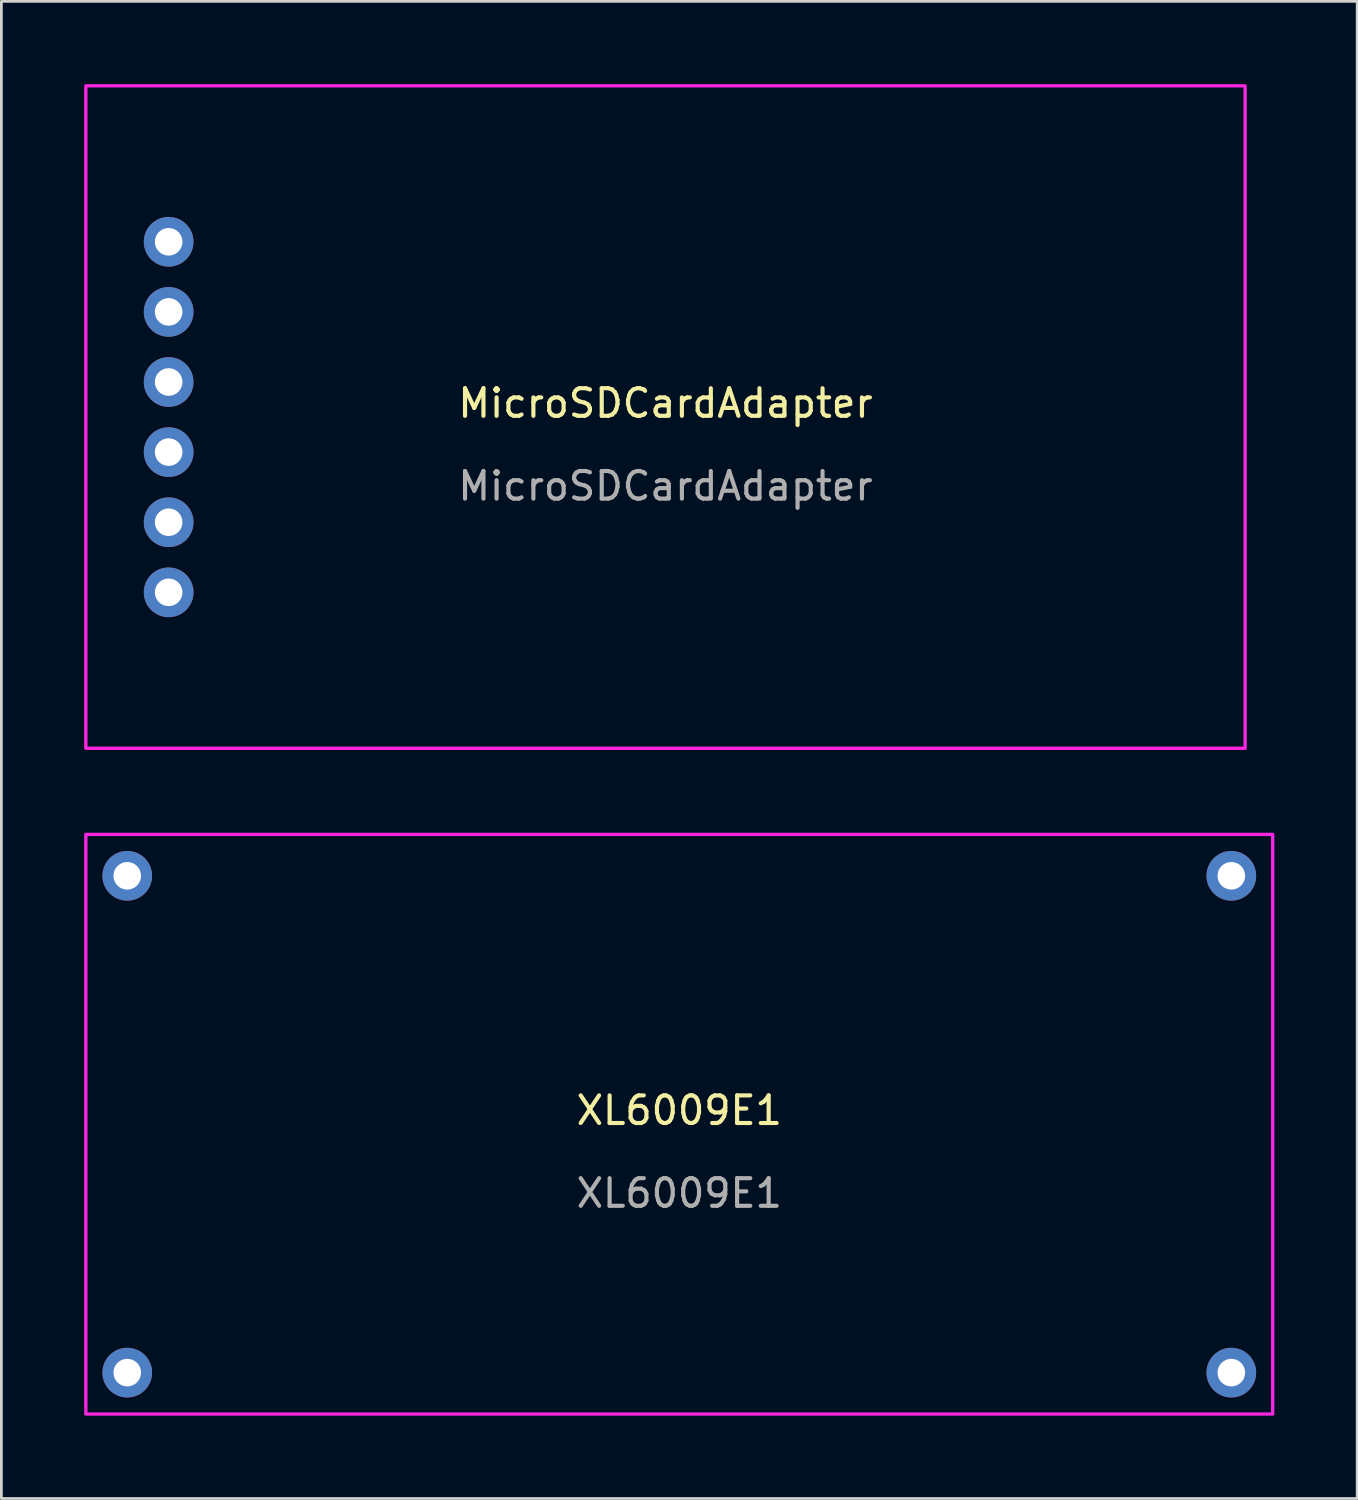
<source format=kicad_pcb>
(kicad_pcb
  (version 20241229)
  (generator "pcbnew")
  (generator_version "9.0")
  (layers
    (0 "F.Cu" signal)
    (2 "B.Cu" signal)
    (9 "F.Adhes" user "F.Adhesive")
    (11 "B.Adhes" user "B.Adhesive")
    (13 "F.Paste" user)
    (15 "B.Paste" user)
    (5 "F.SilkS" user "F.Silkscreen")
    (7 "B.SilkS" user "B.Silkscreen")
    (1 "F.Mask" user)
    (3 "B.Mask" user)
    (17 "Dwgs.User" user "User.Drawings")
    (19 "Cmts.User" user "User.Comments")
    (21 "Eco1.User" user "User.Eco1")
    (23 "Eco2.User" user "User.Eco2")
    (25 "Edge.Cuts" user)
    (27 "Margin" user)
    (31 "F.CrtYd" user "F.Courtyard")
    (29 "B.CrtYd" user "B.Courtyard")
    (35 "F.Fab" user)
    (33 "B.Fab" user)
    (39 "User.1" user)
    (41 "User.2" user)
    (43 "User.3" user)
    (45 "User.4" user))
  (footprint "MicroSDCardAdapter"
    (layer "F.Cu")
    (at 21.06 12.06)
    (property "Reference" "MicroSDCardAdapter" (at 0 -0.5 0) (unlocked yes) (layer "F.SilkS") (effects (font (size 1 1) (thickness 0.15))))
    (attr smd)
    (fp_rect (start -21 -12) (end 21 12) (stroke (width 0.12) (type solid)) (fill no) (layer "F.CrtYd"))
    (fp_text user "${REFERENCE}" (at 0 2.5 0) (unlocked yes) (layer "F.Fab") (effects (font (size 1 1) (thickness 0.15))))
    (pad "1" thru_hole circle (at -18 -6.35) (size 1.8 1.8) (drill 1) (layers "*.Cu" "*.Mask"))
    (pad "2" thru_hole circle (at -18 -3.81) (size 1.8 1.8) (drill 1) (layers "*.Cu" "*.Mask"))
    (pad "3" thru_hole circle (at -18 -1.27) (size 1.8 1.8) (drill 1) (layers "*.Cu" "*.Mask"))
    (pad "4" thru_hole circle (at -18 1.27) (size 1.8 1.8) (drill 1) (layers "*.Cu" "*.Mask"))
    (pad "5" thru_hole circle (at -18 3.81) (size 1.8 1.8) (drill 1) (layers "*.Cu" "*.Mask"))
    (pad "6" thru_hole circle (at -18 6.35) (size 1.8 1.8) (drill 1) (layers "*.Cu" "*.Mask")))
  (footprint "XL6009E1"
    (layer "F.Cu")
    (at 21.56 37.68)
    (property "Reference" "XL6009E1" (at 0 -0.5 0) (unlocked yes) (layer "F.SilkS") (effects (font (size 1 1) (thickness 0.15))))
    (attr through_hole)
    (fp_rect (start -21.5 -10.5) (end 21.5 10.5) (stroke (width 0.12) (type solid)) (fill no) (layer "F.CrtYd"))
    (fp_text user "${REFERENCE}" (at 0 2.5 0) (unlocked yes) (layer "F.Fab") (effects (font (size 1 1) (thickness 0.15))))
    (pad "1" thru_hole circle (at -20 -9) (size 1.8 1.8) (drill 1) (layers "*.Cu" "*.Mask"))
    (pad "2" thru_hole circle (at -20 9) (size 1.8 1.8) (drill 1) (layers "*.Cu" "*.Mask"))
    (pad "3" thru_hole circle (at 20 -9) (size 1.8 1.8) (drill 1) (layers "*.Cu" "*.Mask"))
    (pad "4" thru_hole circle (at 20 9) (size 1.8 1.8) (drill 1) (layers "*.Cu" "*.Mask")))
  (gr_rect
    (start -3 -3)
    (end 46.12 51.24)
    (stroke (width 0.1) (type default))
    (fill no)
    (layer "Edge.Cuts")))
</source>
